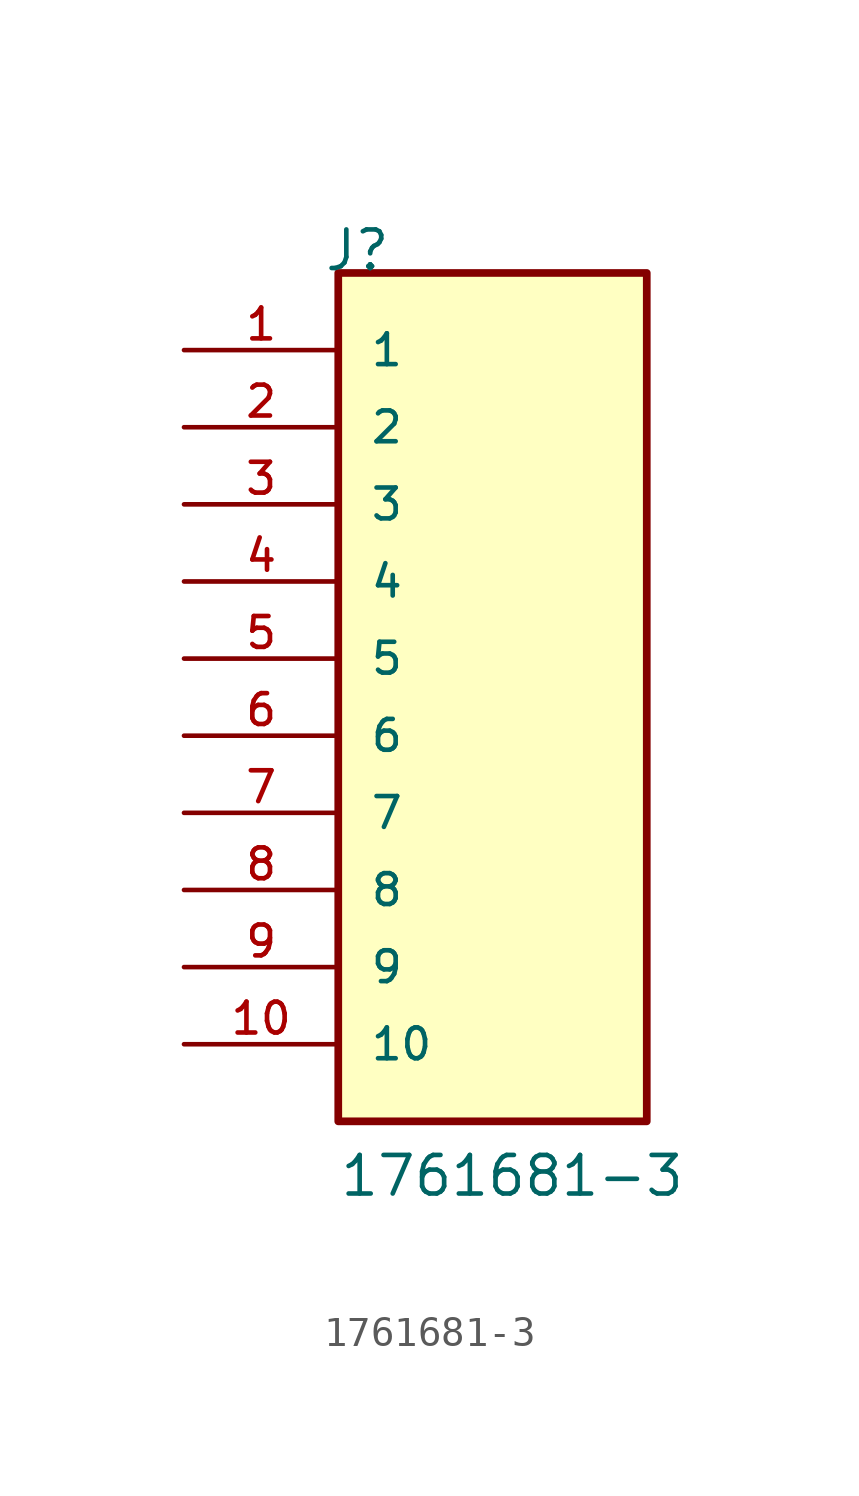
<source format=kicad_sym>
(kicad_symbol_lib
  (version 20211014)
  (generator kicad_symbol_editor)
  (symbol "1761681-3"
    (pin_names
      (offset 1.016))
    (property "Reference" "J"
      (at -5.58 15.24 0)
      (effects (font (size 1.27 1.27)) (justify bottom left)))
    (property "Value" "1761681-3"
      (at -5.08 -15.24 0)
      (effects (font (size 1.27 1.27)) (justify bottom left)))
    (symbol "1761681-3_0_0"
      (rectangle (start -5.08 -12.7) (end 5.08 15.24) (stroke (width 0.254)) (fill (type background)))
      (pin passive line (at -10.16 12.7 0) (length 5.08) (name "1" (effects (font (size 1.016 1.016)))) (number "1" (effects (font (size 1.016 1.016)))))
      (pin passive line (at -10.16 10.16 0) (length 5.08) (name "2" (effects (font (size 1.016 1.016)))) (number "2" (effects (font (size 1.016 1.016)))))
      (pin passive line (at -10.16 7.62 0) (length 5.08) (name "3" (effects (font (size 1.016 1.016)))) (number "3" (effects (font (size 1.016 1.016)))))
      (pin passive line (at -10.16 5.08 0) (length 5.08) (name "4" (effects (font (size 1.016 1.016)))) (number "4" (effects (font (size 1.016 1.016)))))
      (pin passive line (at -10.16 2.54 0) (length 5.08) (name "5" (effects (font (size 1.016 1.016)))) (number "5" (effects (font (size 1.016 1.016)))))
      (pin passive line (at -10.16 0.0 0) (length 5.08) (name "6" (effects (font (size 1.016 1.016)))) (number "6" (effects (font (size 1.016 1.016)))))
      (pin passive line (at -10.16 -2.54 0) (length 5.08) (name "7" (effects (font (size 1.016 1.016)))) (number "7" (effects (font (size 1.016 1.016)))))
      (pin passive line (at -10.16 -5.08 0) (length 5.08) (name "8" (effects (font (size 1.016 1.016)))) (number "8" (effects (font (size 1.016 1.016)))))
      (pin passive line (at -10.16 -7.62 0) (length 5.08) (name "9" (effects (font (size 1.016 1.016)))) (number "9" (effects (font (size 1.016 1.016)))))
      (pin passive line (at -10.16 -10.16 0) (length 5.08) (name "10" (effects (font (size 1.016 1.016)))) (number "10" (effects (font (size 1.016 1.016))))))))
</source>
